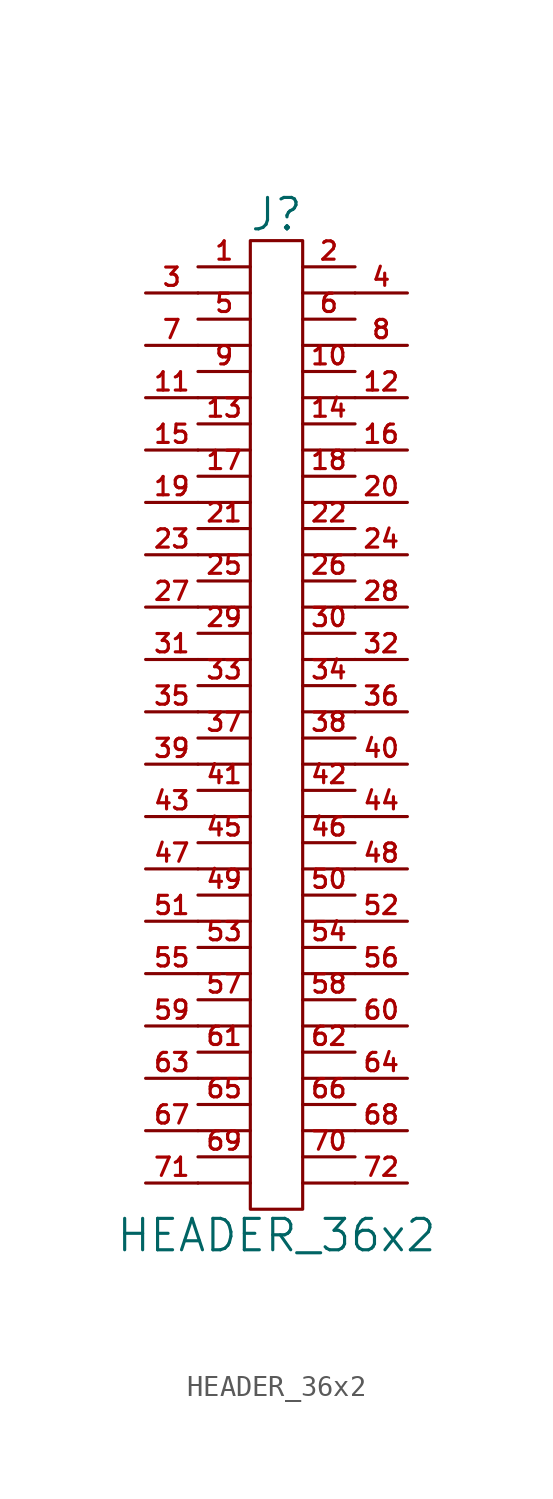
<source format=kicad_sym>
(kicad_symbol_lib
  (version 20211014)
  (generator kicad_symbol_editor)
  (symbol "HEADER_36x2"
    (pin_names
      (offset 0))
    (property "Reference" "J"
      (at 0 24.13 0)
      (effects (font (size 1.524 1.524))))
    (property "Value" "HEADER_36x2"
      (at 0 -25.4 0)
      (effects (font (size 1.524 1.524))))
    (property "Footprint" ""
      (at 0 -2.54 0)
      (effects (font (size 1.524 1.524))))
    (property "Datasheet" ""
      (at 0 -2.54 0)
      (effects (font (size 1.524 1.524))))
    (symbol "HEADER_36x2_0_1"
      (polyline (pts (xy -3.81 -22.86) (xy -1.27 -22.86)) (stroke (width 0) (type default) (color 0 0 0 0)) (fill (type none)))
      (polyline (pts (xy -3.81 -20.32) (xy -1.27 -20.32)) (stroke (width 0) (type default) (color 0 0 0 0)) (fill (type none)))
      (polyline (pts (xy -3.81 -17.78) (xy -1.27 -17.78)) (stroke (width 0) (type default) (color 0 0 0 0)) (fill (type none)))
      (polyline (pts (xy -3.81 -15.24) (xy -1.27 -15.24)) (stroke (width 0) (type default) (color 0 0 0 0)) (fill (type none)))
      (polyline (pts (xy -3.81 -12.7) (xy -1.27 -12.7)) (stroke (width 0) (type default) (color 0 0 0 0)) (fill (type none)))
      (polyline (pts (xy -3.81 -10.16) (xy -1.27 -10.16)) (stroke (width 0) (type default) (color 0 0 0 0)) (fill (type none)))
      (polyline (pts (xy -3.81 -7.62) (xy -1.27 -7.62)) (stroke (width 0) (type default) (color 0 0 0 0)) (fill (type none)))
      (polyline (pts (xy -3.81 -5.08) (xy -1.27 -5.08)) (stroke (width 0) (type default) (color 0 0 0 0)) (fill (type none)))
      (polyline (pts (xy -3.81 -2.54) (xy -1.27 -2.54)) (stroke (width 0) (type default) (color 0 0 0 0)) (fill (type none)))
      (polyline (pts (xy -3.81 0) (xy -1.27 0)) (stroke (width 0) (type default) (color 0 0 0 0)) (fill (type none)))
      (polyline (pts (xy -3.81 2.54) (xy -1.27 2.54)) (stroke (width 0) (type default) (color 0 0 0 0)) (fill (type none)))
      (polyline (pts (xy -3.81 5.08) (xy -1.27 5.08)) (stroke (width 0) (type default) (color 0 0 0 0)) (fill (type none)))
      (polyline (pts (xy -3.81 7.62) (xy -1.27 7.62)) (stroke (width 0) (type default) (color 0 0 0 0)) (fill (type none)))
      (polyline (pts (xy -3.81 10.16) (xy -1.27 10.16)) (stroke (width 0) (type default) (color 0 0 0 0)) (fill (type none)))
      (polyline (pts (xy -3.81 12.7) (xy -1.27 12.7)) (stroke (width 0) (type default) (color 0 0 0 0)) (fill (type none)))
      (polyline (pts (xy -3.81 15.24) (xy -1.27 15.24)) (stroke (width 0) (type default) (color 0 0 0 0)) (fill (type none)))
      (polyline (pts (xy -3.81 17.78) (xy -1.27 17.78)) (stroke (width 0) (type default) (color 0 0 0 0)) (fill (type none)))
      (polyline (pts (xy -3.81 20.32) (xy -1.27 20.32)) (stroke (width 0) (type default) (color 0 0 0 0)) (fill (type none)))
      (polyline (pts (xy 1.27 -22.86) (xy 3.81 -22.86)) (stroke (width 0) (type default) (color 0 0 0 0)) (fill (type none)))
      (polyline (pts (xy 1.27 -20.32) (xy 3.81 -20.32)) (stroke (width 0) (type default) (color 0 0 0 0)) (fill (type none)))
      (polyline (pts (xy 1.27 -17.78) (xy 3.81 -17.78)) (stroke (width 0) (type default) (color 0 0 0 0)) (fill (type none)))
      (polyline (pts (xy 1.27 -15.24) (xy 3.81 -15.24)) (stroke (width 0) (type default) (color 0 0 0 0)) (fill (type none)))
      (polyline (pts (xy 1.27 -12.7) (xy 3.81 -12.7)) (stroke (width 0) (type default) (color 0 0 0 0)) (fill (type none)))
      (polyline (pts (xy 1.27 -10.16) (xy 3.81 -10.16)) (stroke (width 0) (type default) (color 0 0 0 0)) (fill (type none)))
      (polyline (pts (xy 1.27 -7.62) (xy 3.81 -7.62)) (stroke (width 0) (type default) (color 0 0 0 0)) (fill (type none)))
      (polyline (pts (xy 1.27 -5.08) (xy 3.81 -5.08)) (stroke (width 0) (type default) (color 0 0 0 0)) (fill (type none)))
      (polyline (pts (xy 1.27 -2.54) (xy 3.81 -2.54)) (stroke (width 0) (type default) (color 0 0 0 0)) (fill (type none)))
      (polyline (pts (xy 1.27 0) (xy 3.81 0)) (stroke (width 0) (type default) (color 0 0 0 0)) (fill (type none)))
      (polyline (pts (xy 1.27 2.54) (xy 3.81 2.54)) (stroke (width 0) (type default) (color 0 0 0 0)) (fill (type none)))
      (polyline (pts (xy 1.27 5.08) (xy 3.81 5.08)) (stroke (width 0) (type default) (color 0 0 0 0)) (fill (type none)))
      (polyline (pts (xy 1.27 7.62) (xy 3.81 7.62)) (stroke (width 0) (type default) (color 0 0 0 0)) (fill (type none)))
      (polyline (pts (xy 1.27 10.16) (xy 3.81 10.16)) (stroke (width 0) (type default) (color 0 0 0 0)) (fill (type none)))
      (polyline (pts (xy 1.27 12.7) (xy 3.81 12.7)) (stroke (width 0) (type default) (color 0 0 0 0)) (fill (type none)))
      (polyline (pts (xy 1.27 15.24) (xy 3.81 15.24)) (stroke (width 0) (type default) (color 0 0 0 0)) (fill (type none)))
      (polyline (pts (xy 1.27 17.78) (xy 3.81 17.78)) (stroke (width 0) (type default) (color 0 0 0 0)) (fill (type none)))
      (polyline (pts (xy 1.27 20.32) (xy 3.81 20.32)) (stroke (width 0) (type default) (color 0 0 0 0)) (fill (type none)))
      (rectangle (start 1.27 -24.13) (end -1.27 22.86) (stroke (width 0) (type default) (color 0 0 0 0)) (fill (type none))))
    (symbol "HEADER_36x2_1_1"
      (pin passive line (at -3.81 21.59 0) (length 2.54) (name "~" (effects (font (size 1.27 1.27)))) (number "1" (effects (font (size 0.889 0.889)))))
      (pin passive line (at 3.81 16.51 180) (length 2.54) (name "~" (effects (font (size 1.27 1.27)))) (number "10" (effects (font (size 0.889 0.889)))))
      (pin passive line (at -6.35 15.24 0) (length 2.54) (name "~" (effects (font (size 1.27 1.27)))) (number "11" (effects (font (size 0.889 0.889)))))
      (pin passive line (at 6.35 15.24 180) (length 2.54) (name "~" (effects (font (size 1.27 1.27)))) (number "12" (effects (font (size 0.889 0.889)))))
      (pin passive line (at -3.81 13.97 0) (length 2.54) (name "~" (effects (font (size 1.27 1.27)))) (number "13" (effects (font (size 0.889 0.889)))))
      (pin passive line (at 3.81 13.97 180) (length 2.54) (name "~" (effects (font (size 1.27 1.27)))) (number "14" (effects (font (size 0.889 0.889)))))
      (pin passive line (at -6.35 12.7 0) (length 2.54) (name "~" (effects (font (size 1.27 1.27)))) (number "15" (effects (font (size 0.889 0.889)))))
      (pin passive line (at 6.35 12.7 180) (length 2.54) (name "~" (effects (font (size 1.27 1.27)))) (number "16" (effects (font (size 0.889 0.889)))))
      (pin passive line (at -3.81 11.43 0) (length 2.54) (name "~" (effects (font (size 1.27 1.27)))) (number "17" (effects (font (size 0.889 0.889)))))
      (pin passive line (at 3.81 11.43 180) (length 2.54) (name "~" (effects (font (size 1.27 1.27)))) (number "18" (effects (font (size 0.889 0.889)))))
      (pin passive line (at -6.35 10.16 0) (length 2.54) (name "~" (effects (font (size 1.27 1.27)))) (number "19" (effects (font (size 0.889 0.889)))))
      (pin passive line (at 3.81 21.59 180) (length 2.54) (name "~" (effects (font (size 1.27 1.27)))) (number "2" (effects (font (size 0.889 0.889)))))
      (pin passive line (at 6.35 10.16 180) (length 2.54) (name "~" (effects (font (size 1.27 1.27)))) (number "20" (effects (font (size 0.889 0.889)))))
      (pin passive line (at -3.81 8.89 0) (length 2.54) (name "~" (effects (font (size 1.27 1.27)))) (number "21" (effects (font (size 0.889 0.889)))))
      (pin passive line (at 3.81 8.89 180) (length 2.54) (name "~" (effects (font (size 1.27 1.27)))) (number "22" (effects (font (size 0.889 0.889)))))
      (pin passive line (at -6.35 7.62 0) (length 2.54) (name "~" (effects (font (size 1.27 1.27)))) (number "23" (effects (font (size 0.889 0.889)))))
      (pin passive line (at 6.35 7.62 180) (length 2.54) (name "~" (effects (font (size 1.27 1.27)))) (number "24" (effects (font (size 0.889 0.889)))))
      (pin passive line (at -3.81 6.35 0) (length 2.54) (name "~" (effects (font (size 1.27 1.27)))) (number "25" (effects (font (size 0.889 0.889)))))
      (pin passive line (at 3.81 6.35 180) (length 2.54) (name "~" (effects (font (size 1.27 1.27)))) (number "26" (effects (font (size 0.889 0.889)))))
      (pin passive line (at -6.35 5.08 0) (length 2.54) (name "~" (effects (font (size 1.27 1.27)))) (number "27" (effects (font (size 0.889 0.889)))))
      (pin passive line (at 6.35 5.08 180) (length 2.54) (name "~" (effects (font (size 1.27 1.27)))) (number "28" (effects (font (size 0.889 0.889)))))
      (pin passive line (at -3.81 3.81 0) (length 2.54) (name "~" (effects (font (size 1.27 1.27)))) (number "29" (effects (font (size 0.889 0.889)))))
      (pin passive line (at -6.35 20.32 0) (length 2.54) (name "~" (effects (font (size 1.27 1.27)))) (number "3" (effects (font (size 0.889 0.889)))))
      (pin passive line (at 3.81 3.81 180) (length 2.54) (name "~" (effects (font (size 1.27 1.27)))) (number "30" (effects (font (size 0.889 0.889)))))
      (pin passive line (at -6.35 2.54 0) (length 2.54) (name "~" (effects (font (size 1.27 1.27)))) (number "31" (effects (font (size 0.889 0.889)))))
      (pin passive line (at 6.35 2.54 180) (length 2.54) (name "~" (effects (font (size 1.27 1.27)))) (number "32" (effects (font (size 0.889 0.889)))))
      (pin passive line (at -3.81 1.27 0) (length 2.54) (name "~" (effects (font (size 1.27 1.27)))) (number "33" (effects (font (size 0.889 0.889)))))
      (pin passive line (at 3.81 1.27 180) (length 2.54) (name "~" (effects (font (size 1.27 1.27)))) (number "34" (effects (font (size 0.889 0.889)))))
      (pin passive line (at -6.35 0 0) (length 2.54) (name "~" (effects (font (size 1.27 1.27)))) (number "35" (effects (font (size 0.889 0.889)))))
      (pin passive line (at 6.35 0 180) (length 2.54) (name "~" (effects (font (size 1.27 1.27)))) (number "36" (effects (font (size 0.889 0.889)))))
      (pin passive line (at -3.81 -1.27 0) (length 2.54) (name "~" (effects (font (size 0.889 0.889)))) (number "37" (effects (font (size 0.889 0.889)))))
      (pin passive line (at 3.81 -1.27 180) (length 2.54) (name "~" (effects (font (size 1.27 1.27)))) (number "38" (effects (font (size 0.889 0.889)))))
      (pin passive line (at -6.35 -2.54 0) (length 2.54) (name "~" (effects (font (size 1.27 1.27)))) (number "39" (effects (font (size 0.889 0.889)))))
      (pin passive line (at 6.35 20.32 180) (length 2.54) (name "~" (effects (font (size 1.27 1.27)))) (number "4" (effects (font (size 0.889 0.889)))))
      (pin passive line (at 6.35 -2.54 180) (length 2.54) (name "~" (effects (font (size 1.27 1.27)))) (number "40" (effects (font (size 0.889 0.889)))))
      (pin passive line (at -3.81 -3.81 0) (length 2.54) (name "~" (effects (font (size 1.27 1.27)))) (number "41" (effects (font (size 0.889 0.889)))))
      (pin passive line (at 3.81 -3.81 180) (length 2.54) (name "~" (effects (font (size 1.27 1.27)))) (number "42" (effects (font (size 0.889 0.889)))))
      (pin passive line (at -6.35 -5.08 0) (length 2.54) (name "~" (effects (font (size 1.27 1.27)))) (number "43" (effects (font (size 0.889 0.889)))))
      (pin passive line (at 6.35 -5.08 180) (length 2.54) (name "~" (effects (font (size 1.27 1.27)))) (number "44" (effects (font (size 0.889 0.889)))))
      (pin passive line (at -3.81 -6.35 0) (length 2.54) (name "~" (effects (font (size 1.27 1.27)))) (number "45" (effects (font (size 0.889 0.889)))))
      (pin passive line (at 3.81 -6.35 180) (length 2.54) (name "~" (effects (font (size 1.27 1.27)))) (number "46" (effects (font (size 0.889 0.889)))))
      (pin passive line (at -6.35 -7.62 0) (length 2.54) (name "~" (effects (font (size 1.27 1.27)))) (number "47" (effects (font (size 0.889 0.889)))))
      (pin passive line (at 6.35 -7.62 180) (length 2.54) (name "~" (effects (font (size 1.27 1.27)))) (number "48" (effects (font (size 0.889 0.889)))))
      (pin passive line (at -3.81 -8.89 0) (length 2.54) (name "~" (effects (font (size 1.27 1.27)))) (number "49" (effects (font (size 0.889 0.889)))))
      (pin passive line (at -3.81 19.05 0) (length 2.54) (name "~" (effects (font (size 1.27 1.27)))) (number "5" (effects (font (size 0.889 0.889)))))
      (pin passive line (at 3.81 -8.89 180) (length 2.54) (name "~" (effects (font (size 1.27 1.27)))) (number "50" (effects (font (size 0.889 0.889)))))
      (pin passive line (at -6.35 -10.16 0) (length 2.54) (name "~" (effects (font (size 1.27 1.27)))) (number "51" (effects (font (size 0.889 0.889)))))
      (pin passive line (at 6.35 -10.16 180) (length 2.54) (name "~" (effects (font (size 1.27 1.27)))) (number "52" (effects (font (size 0.889 0.889)))))
      (pin passive line (at -3.81 -11.43 0) (length 2.54) (name "~" (effects (font (size 1.27 1.27)))) (number "53" (effects (font (size 0.889 0.889)))))
      (pin passive line (at 3.81 -11.43 180) (length 2.54) (name "~" (effects (font (size 1.27 1.27)))) (number "54" (effects (font (size 0.889 0.889)))))
      (pin passive line (at -6.35 -12.7 0) (length 2.54) (name "~" (effects (font (size 1.27 1.27)))) (number "55" (effects (font (size 0.889 0.889)))))
      (pin passive line (at 6.35 -12.7 180) (length 2.54) (name "~" (effects (font (size 1.27 1.27)))) (number "56" (effects (font (size 0.889 0.889)))))
      (pin passive line (at -3.81 -13.97 0) (length 2.54) (name "~" (effects (font (size 1.27 1.27)))) (number "57" (effects (font (size 0.889 0.889)))))
      (pin passive line (at 3.81 -13.97 180) (length 2.54) (name "~" (effects (font (size 1.27 1.27)))) (number "58" (effects (font (size 0.889 0.889)))))
      (pin passive line (at -6.35 -15.24 0) (length 2.54) (name "~" (effects (font (size 1.27 1.27)))) (number "59" (effects (font (size 0.889 0.889)))))
      (pin passive line (at 3.81 19.05 180) (length 2.54) (name "~" (effects (font (size 1.27 1.27)))) (number "6" (effects (font (size 0.889 0.889)))))
      (pin passive line (at 6.35 -15.24 180) (length 2.54) (name "~" (effects (font (size 1.27 1.27)))) (number "60" (effects (font (size 0.889 0.889)))))
      (pin passive line (at -3.81 -16.51 0) (length 2.54) (name "~" (effects (font (size 1.27 1.27)))) (number "61" (effects (font (size 0.889 0.889)))))
      (pin passive line (at 3.81 -16.51 180) (length 2.54) (name "~" (effects (font (size 1.27 1.27)))) (number "62" (effects (font (size 0.889 0.889)))))
      (pin passive line (at -6.35 -17.78 0) (length 2.54) (name "~" (effects (font (size 1.27 1.27)))) (number "63" (effects (font (size 0.889 0.889)))))
      (pin passive line (at 6.35 -17.78 180) (length 2.54) (name "~" (effects (font (size 1.27 1.27)))) (number "64" (effects (font (size 0.889 0.889)))))
      (pin passive line (at -3.81 -19.05 0) (length 2.54) (name "~" (effects (font (size 1.27 1.27)))) (number "65" (effects (font (size 0.889 0.889)))))
      (pin passive line (at 3.81 -19.05 180) (length 2.54) (name "~" (effects (font (size 1.27 1.27)))) (number "66" (effects (font (size 0.889 0.889)))))
      (pin passive line (at -6.35 -20.32 0) (length 2.54) (name "~" (effects (font (size 1.27 1.27)))) (number "67" (effects (font (size 0.889 0.889)))))
      (pin passive line (at 6.35 -20.32 180) (length 2.54) (name "~" (effects (font (size 1.27 1.27)))) (number "68" (effects (font (size 0.889 0.889)))))
      (pin passive line (at -3.81 -21.59 0) (length 2.54) (name "~" (effects (font (size 1.27 1.27)))) (number "69" (effects (font (size 0.889 0.889)))))
      (pin passive line (at -6.35 17.78 0) (length 2.54) (name "~" (effects (font (size 1.27 1.27)))) (number "7" (effects (font (size 0.889 0.889)))))
      (pin passive line (at 3.81 -21.59 180) (length 2.54) (name "~" (effects (font (size 1.27 1.27)))) (number "70" (effects (font (size 0.889 0.889)))))
      (pin passive line (at -6.35 -22.86 0) (length 2.54) (name "~" (effects (font (size 1.27 1.27)))) (number "71" (effects (font (size 0.889 0.889)))))
      (pin passive line (at 6.35 -22.86 180) (length 2.54) (name "~" (effects (font (size 1.27 1.27)))) (number "72" (effects (font (size 0.889 0.889)))))
      (pin passive line (at 6.35 17.78 180) (length 2.54) (name "~" (effects (font (size 1.27 1.27)))) (number "8" (effects (font (size 0.889 0.889)))))
      (pin passive line (at -3.81 16.51 0) (length 2.54) (name "~" (effects (font (size 1.27 1.27)))) (number "9" (effects (font (size 0.889 0.889))))))))
</source>
